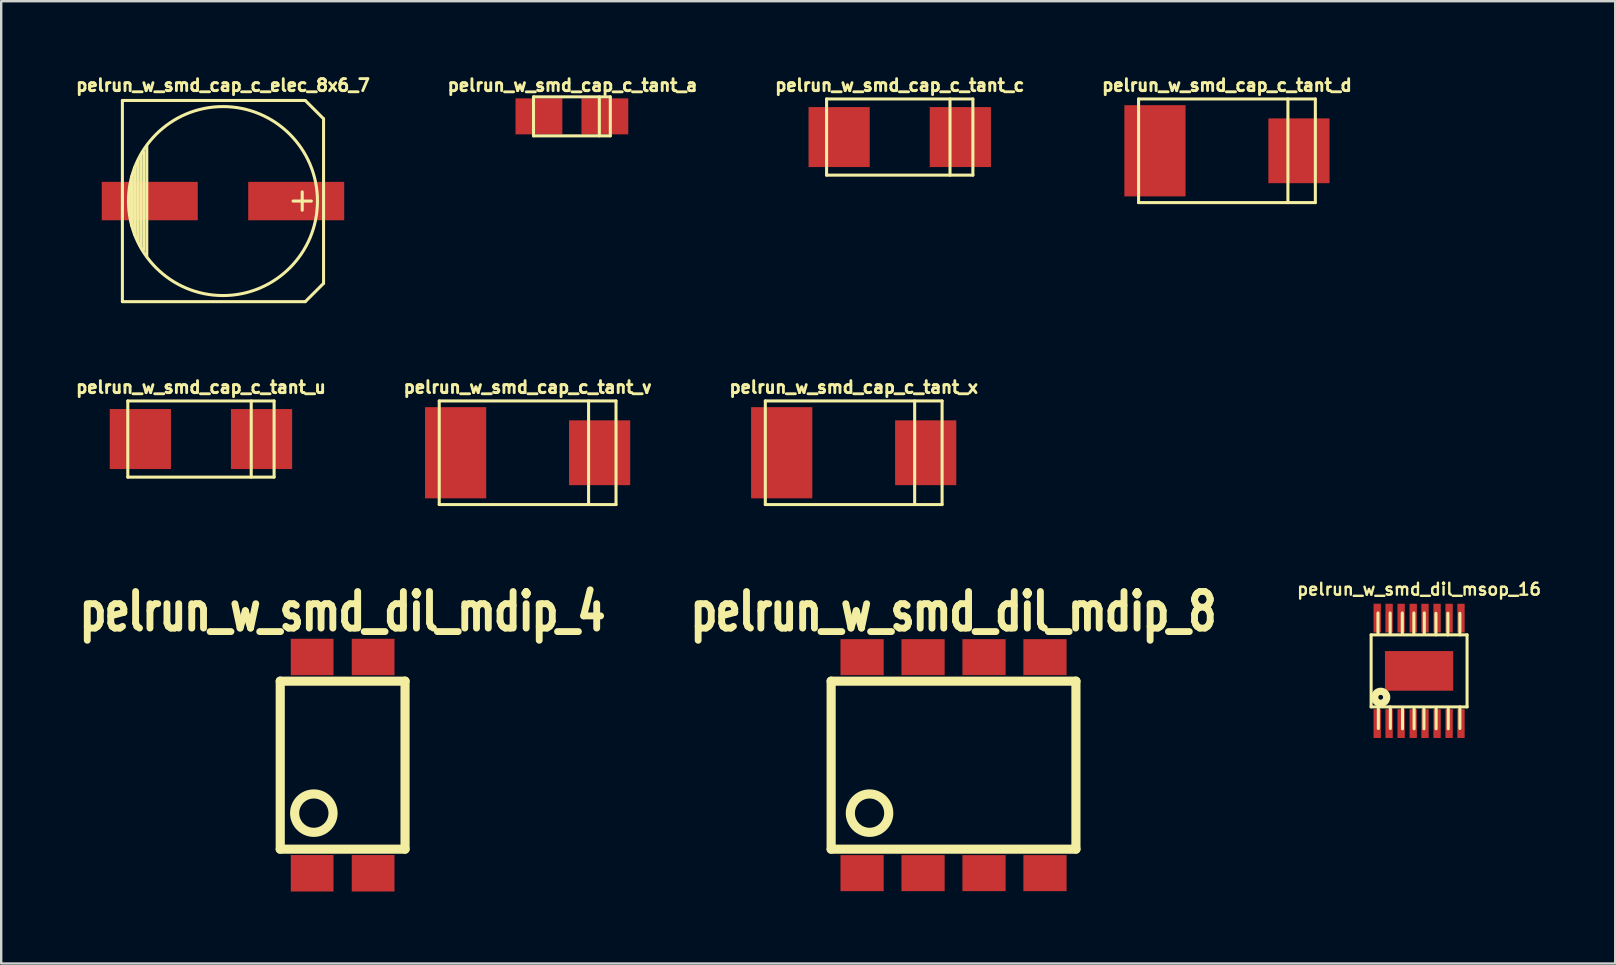
<source format=kicad_pcb>
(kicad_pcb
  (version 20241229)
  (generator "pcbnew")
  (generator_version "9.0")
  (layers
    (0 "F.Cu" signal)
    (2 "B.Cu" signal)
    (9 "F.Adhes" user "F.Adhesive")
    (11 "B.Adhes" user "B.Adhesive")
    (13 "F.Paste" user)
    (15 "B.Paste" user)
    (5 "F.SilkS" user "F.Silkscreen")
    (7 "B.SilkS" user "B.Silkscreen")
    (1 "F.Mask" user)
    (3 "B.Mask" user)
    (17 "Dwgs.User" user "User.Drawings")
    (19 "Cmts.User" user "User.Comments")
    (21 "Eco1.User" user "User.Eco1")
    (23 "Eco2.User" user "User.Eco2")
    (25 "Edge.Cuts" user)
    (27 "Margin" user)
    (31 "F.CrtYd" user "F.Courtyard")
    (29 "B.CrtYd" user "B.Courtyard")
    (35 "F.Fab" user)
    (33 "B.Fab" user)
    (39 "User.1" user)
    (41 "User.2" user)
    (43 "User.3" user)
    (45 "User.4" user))
  (footprint "pelrun_w_smd_cap_c_tant_x"
    (layer "F.Cu")
    (at 32.522 15.815)
    (property "Reference" "pelrun_w_smd_cap_c_tant_x" (at 0 -2.731 0) (layer "F.SilkS") (effects (font (size 0.5 0.5) (thickness 0.119))))
    (attr through_hole)
    (fp_line (start -3.683 -2.159) (end -3.683 2.159) (stroke (width 0.127) (type solid)) (layer "F.SilkS"))
    (fp_line (start -3.683 2.159) (end 3.683 2.159) (stroke (width 0.127) (type solid)) (layer "F.SilkS"))
    (fp_line (start 2.54 -2.159) (end 2.54 2.159) (stroke (width 0.127) (type solid)) (layer "F.SilkS"))
    (fp_line (start 3.683 -2.159) (end -3.683 -2.159) (stroke (width 0.127) (type solid)) (layer "F.SilkS"))
    (fp_line (start 3.683 2.159) (end 3.683 -2.159) (stroke (width 0.127) (type solid)) (layer "F.SilkS"))
    (pad "1" smd rect (at -3 0) (size 2.55 3.8) (layers "F.Cu" "F.Mask" "F.Paste"))
    (pad "2" smd rect (at 3 0) (size 2.55 2.7) (layers "F.Cu" "F.Mask" "F.Paste")))
  (footprint "pelrun_w_smd_cap_c_tant_c"
    (layer "F.Cu")
    (at 34.44 2.661)
    (property "Reference" "pelrun_w_smd_cap_c_tant_c" (at 0 -2.159 0) (layer "F.SilkS") (effects (font (size 0.5 0.5) (thickness 0.119))))
    (attr through_hole)
    (fp_line (start -3.048 -1.587) (end -3.048 1.587) (stroke (width 0.127) (type solid)) (layer "F.SilkS"))
    (fp_line (start -3.048 1.587) (end 3.048 1.587) (stroke (width 0.127) (type solid)) (layer "F.SilkS"))
    (fp_line (start 2.095 -1.587) (end 2.095 1.587) (stroke (width 0.127) (type solid)) (layer "F.SilkS"))
    (fp_line (start 3.048 -1.587) (end -3.048 -1.587) (stroke (width 0.127) (type solid)) (layer "F.SilkS"))
    (fp_line (start 3.048 1.587) (end 3.048 -1.587) (stroke (width 0.127) (type solid)) (layer "F.SilkS"))
    (pad "1" smd rect (at -2.525 0) (size 2.55 2.499) (layers "F.Cu" "F.Mask" "F.Paste"))
    (pad "2" smd rect (at 2.525 0) (size 2.55 2.499) (layers "F.Cu" "F.Mask" "F.Paste")))
  (footprint "pelrun_w_smd_dil_mdip_8"
    (layer "F.Cu")
    (at 36.682 28.832)
    (property "Reference" "pelrun_w_smd_dil_mdip_8" (at 0 -6.401 0) (layer "F.SilkS") (effects (font (size 1.524 1.143) (thickness 0.287))))
    (attr through_hole)
    (fp_line (start -5.1 -3.5) (end -5.1 3.5) (stroke (width 0.381) (type solid)) (layer "F.SilkS"))
    (fp_line (start -5.1 3.5) (end 5.1 3.5) (stroke (width 0.381) (type solid)) (layer "F.SilkS"))
    (fp_line (start 5.1 -3.5) (end -5.1 -3.5) (stroke (width 0.381) (type solid)) (layer "F.SilkS"))
    (fp_line (start 5.1 3.5) (end 5.1 -3.5) (stroke (width 0.381) (type solid)) (layer "F.SilkS"))
    (fp_circle (center -3.5 2) (end -4.3 2) (stroke (width 0.381) (type solid)) (fill no) (layer "F.SilkS"))
    (pad "1" smd rect (at -3.81 4.5) (size 1.8 1.5) (layers "F.Cu" "F.Mask" "F.Paste"))
    (pad "2" smd rect (at -1.27 4.5) (size 1.8 1.5) (layers "F.Cu" "F.Mask" "F.Paste"))
    (pad "3" smd rect (at 1.27 4.5) (size 1.8 1.5) (layers "F.Cu" "F.Mask" "F.Paste"))
    (pad "4" smd rect (at 3.81 4.5) (size 1.8 1.5) (layers "F.Cu" "F.Mask" "F.Paste"))
    (pad "5" smd rect (at 3.81 -4.5) (size 1.8 1.5) (layers "F.Cu" "F.Mask" "F.Paste"))
    (pad "6" smd rect (at 1.27 -4.5) (size 1.8 1.5) (layers "F.Cu" "F.Mask" "F.Paste"))
    (pad "7" smd rect (at -1.27 -4.5) (size 1.8 1.5) (layers "F.Cu" "F.Mask" "F.Paste"))
    (pad "8" smd rect (at -3.81 -4.5) (size 1.8 1.5) (layers "F.Cu" "F.Mask" "F.Paste")))
  (footprint "pelrun_w_smd_cap_c_tant_a"
    (layer "F.Cu")
    (at 20.78 1.798)
    (property "Reference" "pelrun_w_smd_cap_c_tant_a" (at 0.025 -1.295 0) (layer "F.SilkS") (effects (font (size 0.5 0.5) (thickness 0.119))))
    (attr through_hole)
    (fp_line (start -1.6 -0.813) (end -1.6 0.813) (stroke (width 0.127) (type solid)) (layer "F.SilkS"))
    (fp_line (start -1.6 0.813) (end 1.6 0.813) (stroke (width 0.127) (type solid)) (layer "F.SilkS"))
    (fp_line (start 1.143 0.813) (end 1.143 -0.813) (stroke (width 0.127) (type solid)) (layer "F.SilkS"))
    (fp_line (start 1.6 -0.813) (end -1.6 -0.813) (stroke (width 0.127) (type solid)) (layer "F.SilkS"))
    (fp_line (start 1.6 0.813) (end 1.6 -0.813) (stroke (width 0.127) (type solid)) (layer "F.SilkS"))
    (pad "1" smd rect (at -1.374 0) (size 1.951 1.501) (layers "F.Cu" "F.Mask" "F.Paste"))
    (pad "2" smd rect (at 1.374 0) (size 1.951 1.501) (layers "F.Cu" "F.Mask" "F.Paste")))
  (footprint "pelrun_w_smd_cap_c_tant_v"
    (layer "F.Cu")
    (at 18.935 15.815)
    (property "Reference" "pelrun_w_smd_cap_c_tant_v" (at 0 -2.731 0) (layer "F.SilkS") (effects (font (size 0.5 0.5) (thickness 0.119))))
    (attr through_hole)
    (fp_line (start -3.683 -2.159) (end -3.683 2.159) (stroke (width 0.127) (type solid)) (layer "F.SilkS"))
    (fp_line (start -3.683 2.159) (end 3.683 2.159) (stroke (width 0.127) (type solid)) (layer "F.SilkS"))
    (fp_line (start 2.54 -2.159) (end 2.54 2.159) (stroke (width 0.127) (type solid)) (layer "F.SilkS"))
    (fp_line (start 3.683 -2.159) (end -3.683 -2.159) (stroke (width 0.127) (type solid)) (layer "F.SilkS"))
    (fp_line (start 3.683 2.159) (end 3.683 -2.159) (stroke (width 0.127) (type solid)) (layer "F.SilkS"))
    (pad "1" smd rect (at -3 0) (size 2.55 3.8) (layers "F.Cu" "F.Mask" "F.Paste"))
    (pad "2" smd rect (at 3 0) (size 2.55 2.7) (layers "F.Cu" "F.Mask" "F.Paste")))
  (footprint "pelrun_w_smd_cap_c_tant_u"
    (layer "F.Cu")
    (at 5.323 15.244)
    (property "Reference" "pelrun_w_smd_cap_c_tant_u" (at 0 -2.159 0) (layer "F.SilkS") (effects (font (size 0.5 0.5) (thickness 0.119))))
    (attr through_hole)
    (fp_line (start -3.048 -1.587) (end -3.048 1.587) (stroke (width 0.127) (type solid)) (layer "F.SilkS"))
    (fp_line (start -3.048 1.587) (end 3.048 1.587) (stroke (width 0.127) (type solid)) (layer "F.SilkS"))
    (fp_line (start 2.095 -1.587) (end 2.095 1.587) (stroke (width 0.127) (type solid)) (layer "F.SilkS"))
    (fp_line (start 3.048 -1.587) (end -3.048 -1.587) (stroke (width 0.127) (type solid)) (layer "F.SilkS"))
    (fp_line (start 3.048 1.587) (end 3.048 -1.587) (stroke (width 0.127) (type solid)) (layer "F.SilkS"))
    (pad "1" smd rect (at -2.525 0) (size 2.55 2.499) (layers "F.Cu" "F.Mask" "F.Paste"))
    (pad "2" smd rect (at 2.525 0) (size 2.55 2.499) (layers "F.Cu" "F.Mask" "F.Paste")))
  (footprint "pelrun_w_smd_dil_msop_16"
    (layer "F.Cu")
    (at 56.081 24.904)
    (property "Reference" "pelrun_w_smd_dil_msop_16" (at 0 -3.401 0) (layer "F.SilkS") (effects (font (size 0.498 0.498) (thickness 0.099))))
    (attr smd)
    (fp_line (start -1.999 -1.501) (end 1.999 -1.501) (stroke (width 0.127) (type solid)) (layer "F.SilkS"))
    (fp_line (start -1.999 -1.499) (end -1.999 1.499) (stroke (width 0.127) (type solid)) (layer "F.SilkS"))
    (fp_line (start -1.999 1.501) (end 1.999 1.501) (stroke (width 0.127) (type solid)) (layer "F.SilkS"))
    (fp_line (start -1.714 -2.413) (end -1.714 -1.524) (stroke (width 0.127) (type solid)) (layer "F.SilkS"))
    (fp_line (start -1.699 2.4) (end -1.699 1.501) (stroke (width 0.127) (type solid)) (layer "F.SilkS"))
    (fp_line (start -1.206 -2.413) (end -1.206 -1.524) (stroke (width 0.127) (type solid)) (layer "F.SilkS"))
    (fp_line (start -1.199 2.4) (end -1.199 1.501) (stroke (width 0.127) (type solid)) (layer "F.SilkS"))
    (fp_line (start -0.701 -2.413) (end -0.701 -1.524) (stroke (width 0.127) (type solid)) (layer "F.SilkS"))
    (fp_line (start -0.691 2.413) (end -0.691 1.524) (stroke (width 0.127) (type solid)) (layer "F.SilkS"))
    (fp_line (start -0.218 -2.413) (end -0.218 -1.524) (stroke (width 0.127) (type solid)) (layer "F.SilkS"))
    (fp_line (start -0.208 2.413) (end -0.208 1.524) (stroke (width 0.127) (type solid)) (layer "F.SilkS"))
    (fp_line (start 0.201 2.413) (end 0.201 1.524) (stroke (width 0.127) (type solid)) (layer "F.SilkS"))
    (fp_line (start 0.216 -2.413) (end 0.216 -1.524) (stroke (width 0.127) (type solid)) (layer "F.SilkS"))
    (fp_line (start 0.701 -2.4) (end 0.701 -1.501) (stroke (width 0.127) (type solid)) (layer "F.SilkS"))
    (fp_line (start 0.709 2.413) (end 0.709 1.524) (stroke (width 0.127) (type solid)) (layer "F.SilkS"))
    (fp_line (start 1.199 -2.4) (end 1.199 -1.501) (stroke (width 0.127) (type solid)) (layer "F.SilkS"))
    (fp_line (start 1.214 2.413) (end 1.214 1.524) (stroke (width 0.127) (type solid)) (layer "F.SilkS"))
    (fp_line (start 1.699 -2.4) (end 1.699 -1.501) (stroke (width 0.127) (type solid)) (layer "F.SilkS"))
    (fp_line (start 1.699 2.4) (end 1.699 1.501) (stroke (width 0.127) (type solid)) (layer "F.SilkS"))
    (fp_line (start 1.999 1.501) (end 1.999 -1.501) (stroke (width 0.127) (type solid)) (layer "F.SilkS"))
    (fp_circle (center -1.6 1.102) (end -1.801 1.3) (stroke (width 0.127) (type solid)) (fill no) (layer "F.SilkS"))
    (fp_circle (center -1.6 1.1) (end -1.8 1.1) (stroke (width 0.127) (type solid)) (fill no) (layer "F.SilkS"))
    (fp_circle (center -1.6 1.1) (end -1.7 1.1) (stroke (width 0.3) (type solid)) (fill no) (layer "F.SilkS"))
    (pad "1" smd rect (at -1.745 2.197) (size 0.305 1.199) (layers "F.Cu" "F.Mask" "F.Paste"))
    (pad "2" smd rect (at -1.25 2.197) (size 0.305 1.199) (layers "F.Cu" "F.Mask" "F.Paste"))
    (pad "3" smd rect (at -0.749 2.197) (size 0.305 1.199) (layers "F.Cu" "F.Mask" "F.Paste"))
    (pad "4" smd rect (at -0.246 2.197) (size 0.305 1.199) (layers "F.Cu" "F.Mask" "F.Paste"))
    (pad "5" smd rect (at 0.246 2.197) (size 0.305 1.199) (layers "F.Cu" "F.Mask" "F.Paste"))
    (pad "6" smd rect (at 0.749 2.197) (size 0.305 1.199) (layers "F.Cu" "F.Mask" "F.Paste"))
    (pad "7" smd rect (at 1.25 2.197) (size 0.305 1.199) (layers "F.Cu" "F.Mask" "F.Paste"))
    (pad "8" smd rect (at 1.745 2.197) (size 0.305 1.199) (layers "F.Cu" "F.Mask" "F.Paste"))
    (pad "9" smd rect (at 1.745 -2.197) (size 0.305 1.199) (layers "F.Cu" "F.Mask" "F.Paste"))
    (pad "10" smd rect (at 1.25 -2.197) (size 0.305 1.199) (layers "F.Cu" "F.Mask" "F.Paste"))
    (pad "11" smd rect (at 0.749 -2.197) (size 0.305 1.199) (layers "F.Cu" "F.Mask" "F.Paste"))
    (pad "12" smd rect (at 0.246 -2.197) (size 0.305 1.199) (layers "F.Cu" "F.Mask" "F.Paste"))
    (pad "13" smd rect (at -0.246 -2.197) (size 0.305 1.199) (layers "F.Cu" "F.Mask" "F.Paste"))
    (pad "14" smd rect (at -0.749 -2.197) (size 0.305 1.199) (layers "F.Cu" "F.Mask" "F.Paste"))
    (pad "15" smd rect (at -1.25 -2.197) (size 0.305 1.199) (layers "F.Cu" "F.Mask" "F.Paste"))
    (pad "16" smd rect (at -1.745 -2.2) (size 0.305 1.199) (layers "F.Cu" "F.Mask" "F.Paste"))
    (pad "17" smd rect (at 0 0) (size 2.845 1.651) (layers "F.Cu" "F.Mask" "F.Paste")))
  (footprint "pelrun_w_smd_cap_c_tant_d"
    (layer "F.Cu")
    (at 48.075 3.233)
    (property "Reference" "pelrun_w_smd_cap_c_tant_d" (at 0 -2.731 0) (layer "F.SilkS") (effects (font (size 0.5 0.5) (thickness 0.119))))
    (attr through_hole)
    (fp_line (start -3.683 -2.159) (end -3.683 2.159) (stroke (width 0.127) (type solid)) (layer "F.SilkS"))
    (fp_line (start -3.683 2.159) (end 3.683 2.159) (stroke (width 0.127) (type solid)) (layer "F.SilkS"))
    (fp_line (start 2.54 -2.159) (end 2.54 2.159) (stroke (width 0.127) (type solid)) (layer "F.SilkS"))
    (fp_line (start 3.683 -2.159) (end -3.683 -2.159) (stroke (width 0.127) (type solid)) (layer "F.SilkS"))
    (fp_line (start 3.683 2.159) (end 3.683 -2.159) (stroke (width 0.127) (type solid)) (layer "F.SilkS"))
    (pad "1" smd rect (at -3 0) (size 2.55 3.8) (layers "F.Cu" "F.Mask" "F.Paste"))
    (pad "2" smd rect (at 3 0) (size 2.55 2.7) (layers "F.Cu" "F.Mask" "F.Paste")))
  (footprint "pelrun_w_smd_cap_c_elec_8x6_7"
    (layer "F.Cu")
    (at 6.241 5.328)
    (property "Reference" "pelrun_w_smd_cap_c_elec_8x6_7" (at 0 -4.826 0) (layer "F.SilkS") (effects (font (size 0.5 0.5) (thickness 0.119))))
    (attr through_hole)
    (fp_line (start -4.191 -4.191) (end -4.191 4.191) (stroke (width 0.127) (type solid)) (layer "F.SilkS"))
    (fp_line (start -4.191 4.191) (end 3.429 4.191) (stroke (width 0.127) (type solid)) (layer "F.SilkS"))
    (fp_line (start -3.81 -1.016) (end -3.81 1.016) (stroke (width 0.127) (type solid)) (layer "F.SilkS"))
    (fp_line (start -3.683 1.397) (end -3.683 -1.397) (stroke (width 0.127) (type solid)) (layer "F.SilkS"))
    (fp_line (start -3.556 -1.651) (end -3.556 1.651) (stroke (width 0.127) (type solid)) (layer "F.SilkS"))
    (fp_line (start -3.429 1.905) (end -3.429 -1.905) (stroke (width 0.127) (type solid)) (layer "F.SilkS"))
    (fp_line (start -3.302 2.032) (end -3.302 -2.032) (stroke (width 0.127) (type solid)) (layer "F.SilkS"))
    (fp_line (start -3.175 -2.286) (end -3.175 2.286) (stroke (width 0.127) (type solid)) (layer "F.SilkS"))
    (fp_line (start 3.302 -0.381) (end 3.302 0.381) (stroke (width 0.127) (type solid)) (layer "F.SilkS"))
    (fp_line (start 3.429 -4.191) (end -4.191 -4.191) (stroke (width 0.127) (type solid)) (layer "F.SilkS"))
    (fp_line (start 3.429 4.191) (end 4.191 3.429) (stroke (width 0.127) (type solid)) (layer "F.SilkS"))
    (fp_line (start 3.683 0) (end 2.921 0) (stroke (width 0.127) (type solid)) (layer "F.SilkS"))
    (fp_line (start 4.191 -3.429) (end 3.429 -4.191) (stroke (width 0.127) (type solid)) (layer "F.SilkS"))
    (fp_line (start 4.191 3.429) (end 4.191 -3.429) (stroke (width 0.127) (type solid)) (layer "F.SilkS"))
    (fp_circle (center 0 0) (end 3.937 0) (stroke (width 0.127) (type solid)) (fill no) (layer "F.SilkS"))
    (pad "1" smd rect (at 3.051 0) (size 4 1.6) (layers "F.Cu" "F.Mask" "F.Paste"))
    (pad "2" smd rect (at -3.051 0) (size 4 1.6) (layers "F.Cu" "F.Mask" "F.Paste")))
  (footprint "pelrun_w_smd_dil_mdip_4"
    (layer "F.Cu")
    (at 11.227 28.832)
    (property "Reference" "pelrun_w_smd_dil_mdip_4" (at 0 -6.401 0) (layer "F.SilkS") (effects (font (size 1.524 1.143) (thickness 0.287))))
    (attr through_hole)
    (fp_line (start -2.6 -3.5) (end -2.6 3.5) (stroke (width 0.381) (type solid)) (layer "F.SilkS"))
    (fp_line (start -2.6 3.5) (end 2.6 3.5) (stroke (width 0.381) (type solid)) (layer "F.SilkS"))
    (fp_line (start 2.6 -3.5) (end -2.6 -3.5) (stroke (width 0.381) (type solid)) (layer "F.SilkS"))
    (fp_line (start 2.6 3.5) (end 2.6 -3.5) (stroke (width 0.381) (type solid)) (layer "F.SilkS"))
    (fp_circle (center -1.2 2) (end -2 2) (stroke (width 0.381) (type solid)) (fill no) (layer "F.SilkS"))
    (pad "1" smd rect (at -1.27 4.506) (size 1.781 1.519) (layers "F.Cu" "F.Mask" "F.Paste"))
    (pad "2" smd rect (at 1.27 4.506) (size 1.781 1.519) (layers "F.Cu" "F.Mask" "F.Paste"))
    (pad "3" smd rect (at 1.27 -4.506) (size 1.781 1.519) (layers "F.Cu" "F.Mask" "F.Paste"))
    (pad "4" smd rect (at -1.27 -4.506) (size 1.781 1.519) (layers "F.Cu" "F.Mask" "F.Paste")))
  (gr_rect
    (start -3 -3)
    (end 64.253 37.097)
    (stroke (width 0.1) (type default))
    (fill no)
    (layer "Edge.Cuts")))
</source>
